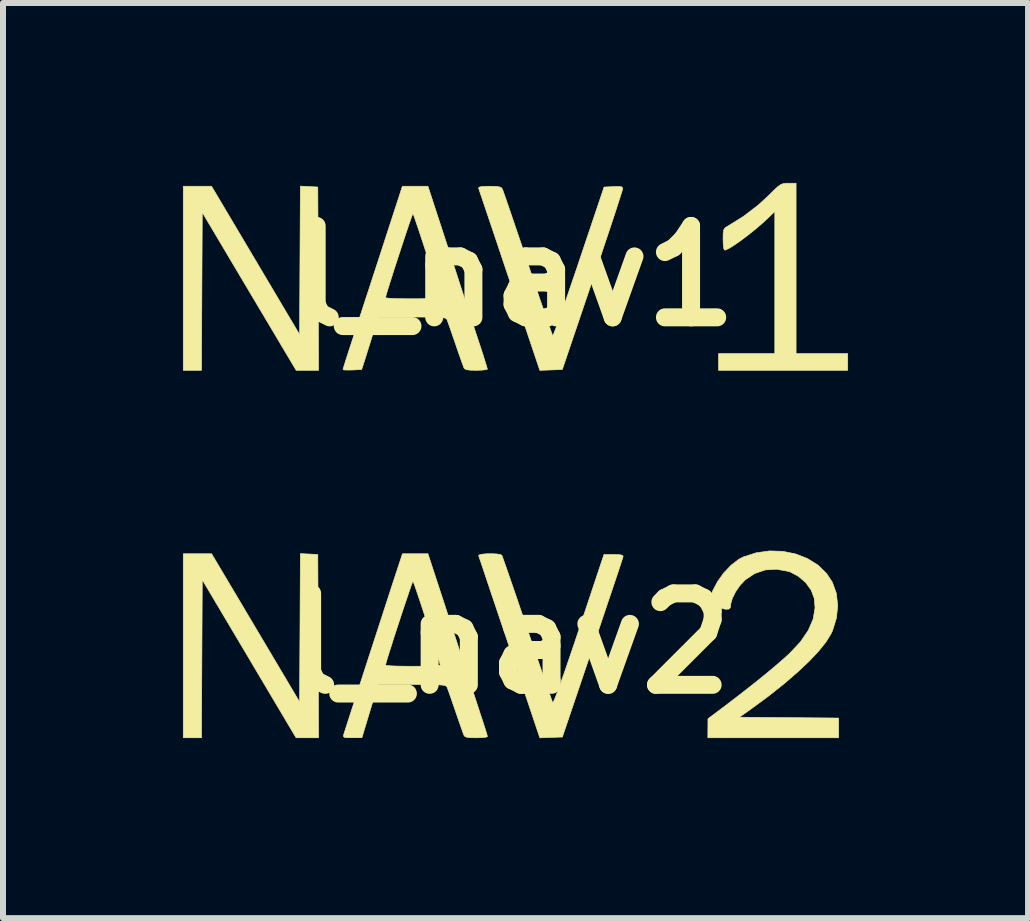
<source format=kicad_pcb>
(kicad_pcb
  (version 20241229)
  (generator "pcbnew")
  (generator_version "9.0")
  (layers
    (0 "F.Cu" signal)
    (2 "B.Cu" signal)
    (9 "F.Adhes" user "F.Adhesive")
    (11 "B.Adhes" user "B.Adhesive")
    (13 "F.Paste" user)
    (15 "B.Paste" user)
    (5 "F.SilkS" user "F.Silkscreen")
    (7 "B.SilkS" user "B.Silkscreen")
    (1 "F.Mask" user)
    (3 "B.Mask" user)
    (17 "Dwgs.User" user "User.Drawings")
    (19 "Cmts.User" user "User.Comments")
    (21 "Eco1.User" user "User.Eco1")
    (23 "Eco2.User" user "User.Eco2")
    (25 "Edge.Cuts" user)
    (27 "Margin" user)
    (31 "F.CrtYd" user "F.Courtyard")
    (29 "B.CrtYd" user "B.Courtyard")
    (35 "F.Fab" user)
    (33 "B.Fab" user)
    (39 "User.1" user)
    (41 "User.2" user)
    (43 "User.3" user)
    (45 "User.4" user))
  (footprint "l_nav2"
    (layer "F.Cu")
    (at 5.455 7.677)
    (property "Reference" "l_nav2" (at 0 0 0) (layer "F.SilkS") (effects (font (size 1.524 1.524) (thickness 0.3))))
    (attr through_hole)
    (fp_poly (pts (xy -3.352 -1.491) (xy -3.207 -1.483) (xy -3.2 0.044) (xy -3.194 1.572) (xy -3.569 1.572) (xy -4.351 0.255) (xy -5.133 -1.062) (xy -5.14 0.255) (xy -5.146 1.572) (xy -5.45 1.572) (xy -5.45 -1.496) (xy -4.978 -1.496) (xy -4.244 -0.261) (xy -3.511 0.974) (xy -3.504 -0.262) (xy -3.498 -1.498) (xy -3.352 -1.491)) (stroke (width 0.01) (type solid)) (fill yes) (layer "F.SilkS"))
    (fp_poly (pts (xy -0.22 -1.492) (xy -0.162 -1.482) (xy -0.139 -1.47) (xy -0.128 -1.442) (xy -0.103 -1.37) (xy -0.064 -1.26) (xy -0.014 -1.116) (xy 0.046 -0.942) (xy 0.114 -0.744) (xy 0.188 -0.525) (xy 0.268 -0.292) (xy 0.283 -0.247) (xy 0.363 -0.011) (xy 0.439 0.211) (xy 0.509 0.415) (xy 0.571 0.594) (xy 0.623 0.746) (xy 0.665 0.865) (xy 0.693 0.945) (xy 0.708 0.984) (xy 0.709 0.986) (xy 0.721 0.971) (xy 0.748 0.909) (xy 0.789 0.803) (xy 0.842 0.656) (xy 0.909 0.468) (xy 0.986 0.243) (xy 1.075 -0.018) (xy 1.146 -0.231) (xy 1.563 -1.483) (xy 1.726 -1.483) (xy 1.816 -1.481) (xy 1.865 -1.472) (xy 1.882 -1.456) (xy 1.881 -1.445) (xy 1.872 -1.415) (xy 1.848 -1.341) (xy 1.811 -1.227) (xy 1.761 -1.078) (xy 1.701 -0.898) (xy 1.631 -0.692) (xy 1.554 -0.462) (xy 1.471 -0.214) (xy 1.382 0.048) (xy 1.372 0.076) (xy 0.87 1.559) (xy 0.682 1.566) (xy 0.494 1.573) (xy -0.01 0.07) (xy -0.099 -0.195) (xy -0.184 -0.446) (xy -0.262 -0.679) (xy -0.333 -0.889) (xy -0.395 -1.074) (xy -0.446 -1.227) (xy -0.486 -1.346) (xy -0.513 -1.426) (xy -0.526 -1.462) (xy -0.526 -1.464) (xy -0.51 -1.479) (xy -0.457 -1.49) (xy -0.381 -1.496) (xy -0.298 -1.496) (xy -0.22 -1.492)) (stroke (width 0.01) (type solid)) (fill yes) (layer "F.SilkS"))
    (fp_poly (pts (xy 4.546 -1.536) (xy 4.758 -1.493) (xy 4.955 -1.416) (xy 5.129 -1.308) (xy 5.272 -1.17) (xy 5.37 -1.022) (xy 5.437 -0.836) (xy 5.46 -0.634) (xy 5.439 -0.425) (xy 5.374 -0.216) (xy 5.347 -0.158) (xy 5.266 -0.027) (xy 5.144 0.125) (xy 4.985 0.294) (xy 4.791 0.477) (xy 4.567 0.67) (xy 4.316 0.87) (xy 4.041 1.073) (xy 4.034 1.078) (xy 3.822 1.229) (xy 4.649 1.236) (xy 5.475 1.243) (xy 5.475 1.572) (xy 3.295 1.572) (xy 3.296 1.413) (xy 3.297 1.255) (xy 3.567 1.052) (xy 3.796 0.877) (xy 4.018 0.704) (xy 4.224 0.539) (xy 4.408 0.386) (xy 4.563 0.252) (xy 4.659 0.165) (xy 4.839 -0.028) (xy 4.97 -0.22) (xy 5.051 -0.409) (xy 5.082 -0.596) (xy 5.068 -0.755) (xy 5.017 -0.89) (xy 4.926 -1.015) (xy 4.806 -1.119) (xy 4.669 -1.192) (xy 4.638 -1.202) (xy 4.438 -1.238) (xy 4.25 -1.226) (xy 4.075 -1.166) (xy 3.917 -1.06) (xy 3.917 -1.059) (xy 3.833 -0.97) (xy 3.759 -0.865) (xy 3.705 -0.757) (xy 3.677 -0.663) (xy 3.676 -0.642) (xy 3.668 -0.594) (xy 3.64 -0.572) (xy 3.583 -0.572) (xy 3.488 -0.593) (xy 3.47 -0.598) (xy 3.315 -0.642) (xy 3.329 -0.727) (xy 3.373 -0.873) (xy 3.454 -1.027) (xy 3.56 -1.176) (xy 3.684 -1.306) (xy 3.815 -1.406) (xy 3.884 -1.442) (xy 4.102 -1.512) (xy 4.325 -1.543) (xy 4.546 -1.536)) (stroke (width 0.01) (type solid)) (fill yes) (layer "F.SilkS"))
    (fp_poly (pts (xy -0.95 -0.209) (xy -0.842 0.122) (xy -0.748 0.409) (xy -0.668 0.654) (xy -0.6 0.86) (xy -0.544 1.032) (xy -0.499 1.172) (xy -0.462 1.283) (xy -0.434 1.37) (xy -0.413 1.435) (xy -0.399 1.481) (xy -0.389 1.512) (xy -0.384 1.532) (xy -0.381 1.543) (xy -0.38 1.548) (xy -0.38 1.552) (xy -0.38 1.553) (xy -0.404 1.562) (xy -0.465 1.569) (xy -0.552 1.572) (xy -0.568 1.572) (xy -0.668 1.57) (xy -0.728 1.562) (xy -0.76 1.546) (xy -0.772 1.527) (xy -0.787 1.488) (xy -0.814 1.411) (xy -0.851 1.306) (xy -0.894 1.182) (xy -0.912 1.128) (xy -0.957 0.999) (xy -0.996 0.885) (xy -1.028 0.795) (xy -1.048 0.739) (xy -1.052 0.729) (xy -1.062 0.714) (xy -1.082 0.703) (xy -1.118 0.695) (xy -1.177 0.69) (xy -1.266 0.687) (xy -1.39 0.685) (xy -1.556 0.684) (xy -1.637 0.684) (xy -2.203 0.684) (xy -2.279 0.932) (xy -2.319 1.065) (xy -2.363 1.209) (xy -2.401 1.337) (xy -2.413 1.375) (xy -2.472 1.571) (xy -2.632 1.571) (xy -2.718 1.571) (xy -2.764 1.565) (xy -2.78 1.55) (xy -2.777 1.522) (xy -2.774 1.515) (xy -2.762 1.475) (xy -2.735 1.393) (xy -2.697 1.273) (xy -2.648 1.122) (xy -2.59 0.944) (xy -2.526 0.747) (xy -2.457 0.534) (xy -2.401 0.361) (xy -2.079 0.361) (xy -2.055 0.367) (xy -1.988 0.373) (xy -1.887 0.377) (xy -1.758 0.379) (xy -1.622 0.38) (xy -1.477 0.379) (xy -1.35 0.376) (xy -1.251 0.372) (xy -1.187 0.367) (xy -1.166 0.361) (xy -1.173 0.33) (xy -1.194 0.259) (xy -1.225 0.156) (xy -1.266 0.027) (xy -1.312 -0.118) (xy -1.362 -0.274) (xy -1.414 -0.433) (xy -1.465 -0.588) (xy -1.512 -0.731) (xy -1.554 -0.855) (xy -1.587 -0.952) (xy -1.611 -1.016) (xy -1.621 -1.039) (xy -1.631 -1.016) (xy -1.655 -0.952) (xy -1.688 -0.854) (xy -1.73 -0.73) (xy -1.778 -0.587) (xy -1.829 -0.433) (xy -1.881 -0.274) (xy -1.932 -0.118) (xy -1.978 0.028) (xy -2.019 0.156) (xy -2.051 0.259) (xy -2.071 0.33) (xy -2.079 0.361) (xy -2.401 0.361) (xy -2.385 0.311) (xy -2.311 0.084) (xy -2.238 -0.141) (xy -2.167 -0.359) (xy -2.1 -0.565) (xy -2.039 -0.753) (xy -1.986 -0.917) (xy -1.942 -1.052) (xy -1.909 -1.152) (xy -1.898 -1.185) (xy -1.796 -1.496) (xy -1.371 -1.496) (xy -0.95 -0.209)) (stroke (width 0.01) (type solid)) (fill yes) (layer "F.SilkS")))
  (footprint "l_nav1"
    (layer "F.Cu")
    (at 5.531 1.551)
    (property "Reference" "l_nav1" (at 0 0 0) (layer "F.SilkS") (effects (font (size 1.524 1.524) (thickness 0.3))))
    (attr through_hole)
    (fp_poly (pts (xy -3.428 -1.491) (xy -3.283 -1.483) (xy -3.276 0.044) (xy -3.27 1.572) (xy -3.644 1.572) (xy -4.427 0.256) (xy -5.209 -1.06) (xy -5.216 0.256) (xy -5.222 1.572) (xy -5.526 1.572) (xy -5.526 -1.496) (xy -5.054 -1.496) (xy -3.587 0.976) (xy -3.574 -1.498) (xy -3.428 -1.491)) (stroke (width 0.01) (type solid)) (fill yes) (layer "F.SilkS"))
    (fp_poly (pts (xy 4.69 1.293) (xy 5.551 1.293) (xy 5.551 1.572) (xy 3.397 1.572) (xy 3.397 1.293) (xy 4.335 1.293) (xy 4.335 -1.075) (xy 4.214 -0.959) (xy 4.113 -0.866) (xy 3.998 -0.769) (xy 3.879 -0.674) (xy 3.764 -0.588) (xy 3.659 -0.515) (xy 3.573 -0.461) (xy 3.514 -0.434) (xy 3.499 -0.431) (xy 3.485 -0.455) (xy 3.476 -0.521) (xy 3.473 -0.61) (xy 3.474 -0.704) (xy 3.481 -0.761) (xy 3.498 -0.795) (xy 3.53 -0.82) (xy 3.551 -0.831) (xy 3.814 -0.995) (xy 4.062 -1.185) (xy 4.227 -1.337) (xy 4.317 -1.426) (xy 4.381 -1.486) (xy 4.429 -1.521) (xy 4.471 -1.539) (xy 4.516 -1.546) (xy 4.563 -1.546) (xy 4.69 -1.546) (xy 4.69 1.293)) (stroke (width 0.01) (type solid)) (fill yes) (layer "F.SilkS"))
    (fp_poly (pts (xy -0.319 -1.494) (xy -0.257 -1.486) (xy -0.222 -1.47) (xy -0.207 -1.451) (xy -0.195 -1.419) (xy -0.168 -1.344) (xy -0.129 -1.23) (xy -0.078 -1.082) (xy -0.018 -0.905) (xy 0.05 -0.705) (xy 0.125 -0.485) (xy 0.204 -0.251) (xy 0.216 -0.215) (xy 0.295 0.02) (xy 0.37 0.24) (xy 0.438 0.441) (xy 0.499 0.618) (xy 0.55 0.767) (xy 0.591 0.882) (xy 0.619 0.959) (xy 0.632 0.994) (xy 0.633 0.995) (xy 0.644 0.976) (xy 0.669 0.912) (xy 0.708 0.81) (xy 0.757 0.672) (xy 0.817 0.504) (xy 0.884 0.31) (xy 0.958 0.093) (xy 1.038 -0.14) (xy 1.069 -0.234) (xy 1.489 -1.483) (xy 1.644 -1.49) (xy 1.731 -1.493) (xy 1.777 -1.488) (xy 1.796 -1.472) (xy 1.798 -1.452) (xy 1.79 -1.421) (xy 1.767 -1.346) (xy 1.73 -1.231) (xy 1.682 -1.081) (xy 1.622 -0.9) (xy 1.553 -0.692) (xy 1.476 -0.462) (xy 1.393 -0.214) (xy 1.304 0.048) (xy 1.295 0.076) (xy 0.793 1.559) (xy 0.418 1.573) (xy -0.087 0.07) (xy -0.176 -0.195) (xy -0.26 -0.446) (xy -0.338 -0.679) (xy -0.409 -0.889) (xy -0.471 -1.073) (xy -0.523 -1.227) (xy -0.563 -1.346) (xy -0.59 -1.426) (xy -0.602 -1.462) (xy -0.603 -1.464) (xy -0.595 -1.481) (xy -0.551 -1.491) (xy -0.466 -1.495) (xy -0.422 -1.496) (xy -0.319 -1.494)) (stroke (width 0.01) (type solid)) (fill yes) (layer "F.SilkS"))
    (fp_poly (pts (xy -1.064 -0.323) (xy -0.983 -0.076) (xy -0.904 0.169) (xy -0.827 0.404) (xy -0.755 0.622) (xy -0.691 0.818) (xy -0.637 0.985) (xy -0.594 1.115) (xy -0.569 1.191) (xy -0.528 1.315) (xy -0.495 1.422) (xy -0.47 1.503) (xy -0.457 1.547) (xy -0.456 1.553) (xy -0.48 1.562) (xy -0.541 1.569) (xy -0.628 1.572) (xy -0.644 1.572) (xy -0.744 1.57) (xy -0.804 1.562) (xy -0.837 1.546) (xy -0.849 1.527) (xy -0.863 1.488) (xy -0.891 1.411) (xy -0.928 1.306) (xy -0.971 1.182) (xy -0.989 1.128) (xy -1.034 0.999) (xy -1.073 0.885) (xy -1.105 0.795) (xy -1.125 0.739) (xy -1.129 0.729) (xy -1.138 0.714) (xy -1.158 0.703) (xy -1.194 0.695) (xy -1.253 0.69) (xy -1.342 0.687) (xy -1.466 0.685) (xy -1.631 0.684) (xy -1.712 0.684) (xy -2.279 0.684) (xy -2.37 0.982) (xy -2.411 1.114) (xy -2.451 1.242) (xy -2.485 1.352) (xy -2.507 1.42) (xy -2.552 1.559) (xy -2.708 1.567) (xy -2.789 1.568) (xy -2.846 1.566) (xy -2.864 1.56) (xy -2.857 1.534) (xy -2.836 1.465) (xy -2.803 1.361) (xy -2.76 1.228) (xy -2.709 1.072) (xy -2.653 0.9) (xy -2.651 0.894) (xy -2.589 0.702) (xy -2.515 0.475) (xy -2.478 0.361) (xy -2.155 0.361) (xy -2.131 0.367) (xy -2.064 0.373) (xy -1.963 0.377) (xy -1.834 0.379) (xy -1.698 0.38) (xy -1.553 0.379) (xy -1.426 0.376) (xy -1.327 0.372) (xy -1.263 0.367) (xy -1.242 0.361) (xy -1.25 0.33) (xy -1.27 0.258) (xy -1.302 0.155) (xy -1.342 0.027) (xy -1.389 -0.119) (xy -1.439 -0.275) (xy -1.491 -0.434) (xy -1.542 -0.589) (xy -1.589 -0.732) (xy -1.631 -0.856) (xy -1.664 -0.953) (xy -1.687 -1.017) (xy -1.697 -1.039) (xy -1.708 -1.016) (xy -1.731 -0.952) (xy -1.765 -0.855) (xy -1.807 -0.731) (xy -1.854 -0.588) (xy -1.905 -0.433) (xy -1.957 -0.274) (xy -2.008 -0.118) (xy -2.054 0.028) (xy -2.095 0.156) (xy -2.127 0.259) (xy -2.147 0.33) (xy -2.155 0.361) (xy -2.478 0.361) (xy -2.433 0.225) (xy -2.348 -0.037) (xy -2.263 -0.297) (xy -2.183 -0.544) (xy -2.156 -0.627) (xy -1.873 -1.496) (xy -1.447 -1.496) (xy -1.064 -0.323)) (stroke (width 0.01) (type solid)) (fill yes) (layer "F.SilkS")))
  (gr_rect
    (start -3 -3)
    (end 14.088 12.255)
    (stroke (width 0.1) (type default))
    (fill no)
    (layer "Edge.Cuts")))
</source>
